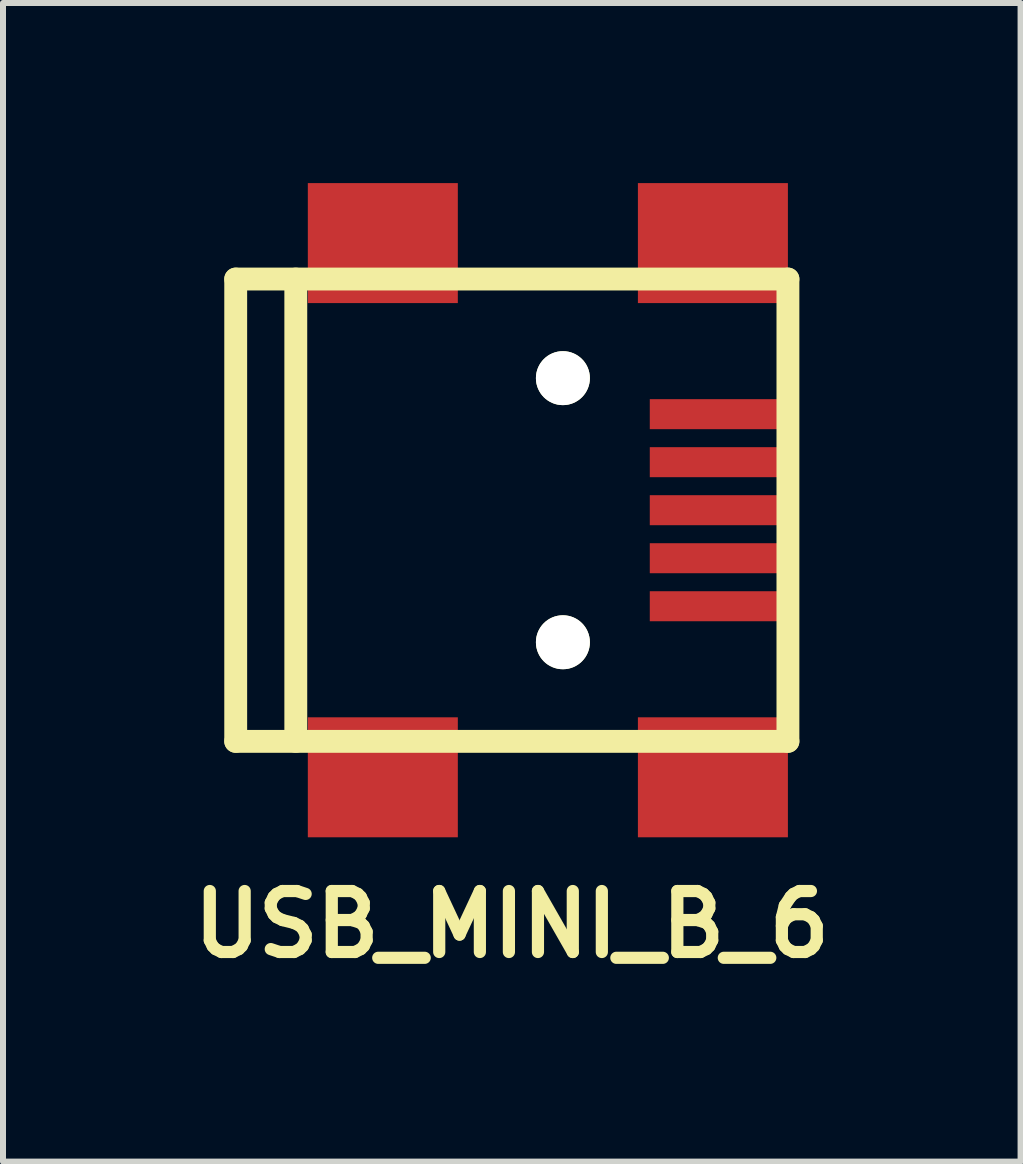
<source format=kicad_pcb>
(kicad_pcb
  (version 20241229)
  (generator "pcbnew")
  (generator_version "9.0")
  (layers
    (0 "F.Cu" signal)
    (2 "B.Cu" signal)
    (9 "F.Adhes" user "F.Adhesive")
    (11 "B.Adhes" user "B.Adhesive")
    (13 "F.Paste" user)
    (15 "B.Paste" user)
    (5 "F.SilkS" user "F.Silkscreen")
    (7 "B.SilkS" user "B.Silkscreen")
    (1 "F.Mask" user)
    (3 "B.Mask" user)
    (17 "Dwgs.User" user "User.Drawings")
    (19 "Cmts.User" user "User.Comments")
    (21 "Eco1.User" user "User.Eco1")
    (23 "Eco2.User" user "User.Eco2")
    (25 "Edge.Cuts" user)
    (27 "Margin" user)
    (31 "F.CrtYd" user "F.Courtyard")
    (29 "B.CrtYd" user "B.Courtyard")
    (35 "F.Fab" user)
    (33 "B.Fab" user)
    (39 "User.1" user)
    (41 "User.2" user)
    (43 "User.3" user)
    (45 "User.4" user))
  (footprint "USB_MINI_B_6"
    (layer "F.Cu")
    (at 5.477 5.45)
    (property "Reference" "USB_MINI_B_6" (at 0 6.901 0) (layer "F.SilkS") (effects (font (size 1.016 1.016) (thickness 0.203))))
    (attr through_hole)
    (fp_line (start -4.6 -3.851) (end -4.6 3.851) (stroke (width 0.381) (type solid)) (layer "F.SilkS"))
    (fp_line (start -4.6 3.851) (end 4.6 3.851) (stroke (width 0.381) (type solid)) (layer "F.SilkS"))
    (fp_line (start -3.599 -3.851) (end -3.599 3.851) (stroke (width 0.381) (type solid)) (layer "F.SilkS"))
    (fp_line (start 4.6 -3.851) (end -4.6 -3.851) (stroke (width 0.381) (type solid)) (layer "F.SilkS"))
    (fp_line (start 4.6 3.851) (end 4.6 -3.851) (stroke (width 0.381) (type solid)) (layer "F.SilkS"))
    (pad "" np_thru_hole circle (at 0.851 -2.2) (size 0.899 0.899) (drill 0.899) (layers "*.Cu" "*.Mask" "F.SilkS"))
    (pad "" np_thru_hole circle (at 0.851 2.2) (size 0.899 0.899) (drill 0.899) (layers "*.Cu" "*.Mask" "F.SilkS"))
    (pad "1" smd rect (at 3.449 -1.6) (size 2.301 0.5) (layers "F.Cu" "F.Mask" "F.Paste"))
    (pad "2" smd rect (at 3.449 -0.8) (size 2.301 0.5) (layers "F.Cu" "F.Mask" "F.Paste"))
    (pad "3" smd rect (at 3.449 0) (size 2.301 0.5) (layers "F.Cu" "F.Mask" "F.Paste"))
    (pad "4" smd rect (at 3.449 0.8) (size 2.301 0.5) (layers "F.Cu" "F.Mask" "F.Paste"))
    (pad "5" smd rect (at 3.449 1.6) (size 2.301 0.5) (layers "F.Cu" "F.Mask" "F.Paste"))
    (pad "6" smd rect (at -2.149 -4.45) (size 2.499 1.999) (layers "F.Cu" "F.Mask" "F.Paste"))
    (pad "6" smd rect (at -2.149 4.45) (size 2.499 1.999) (layers "F.Cu" "F.Mask" "F.Paste"))
    (pad "6" smd rect (at 3.35 -4.45) (size 2.499 1.999) (layers "F.Cu" "F.Mask" "F.Paste"))
    (pad "6" smd rect (at 3.35 4.45) (size 2.499 1.999) (layers "F.Cu" "F.Mask" "F.Paste")))
  (gr_rect
    (start -3 -3)
    (end 13.953 16.302)
    (stroke (width 0.1) (type default))
    (fill no)
    (layer "Edge.Cuts")))
</source>
